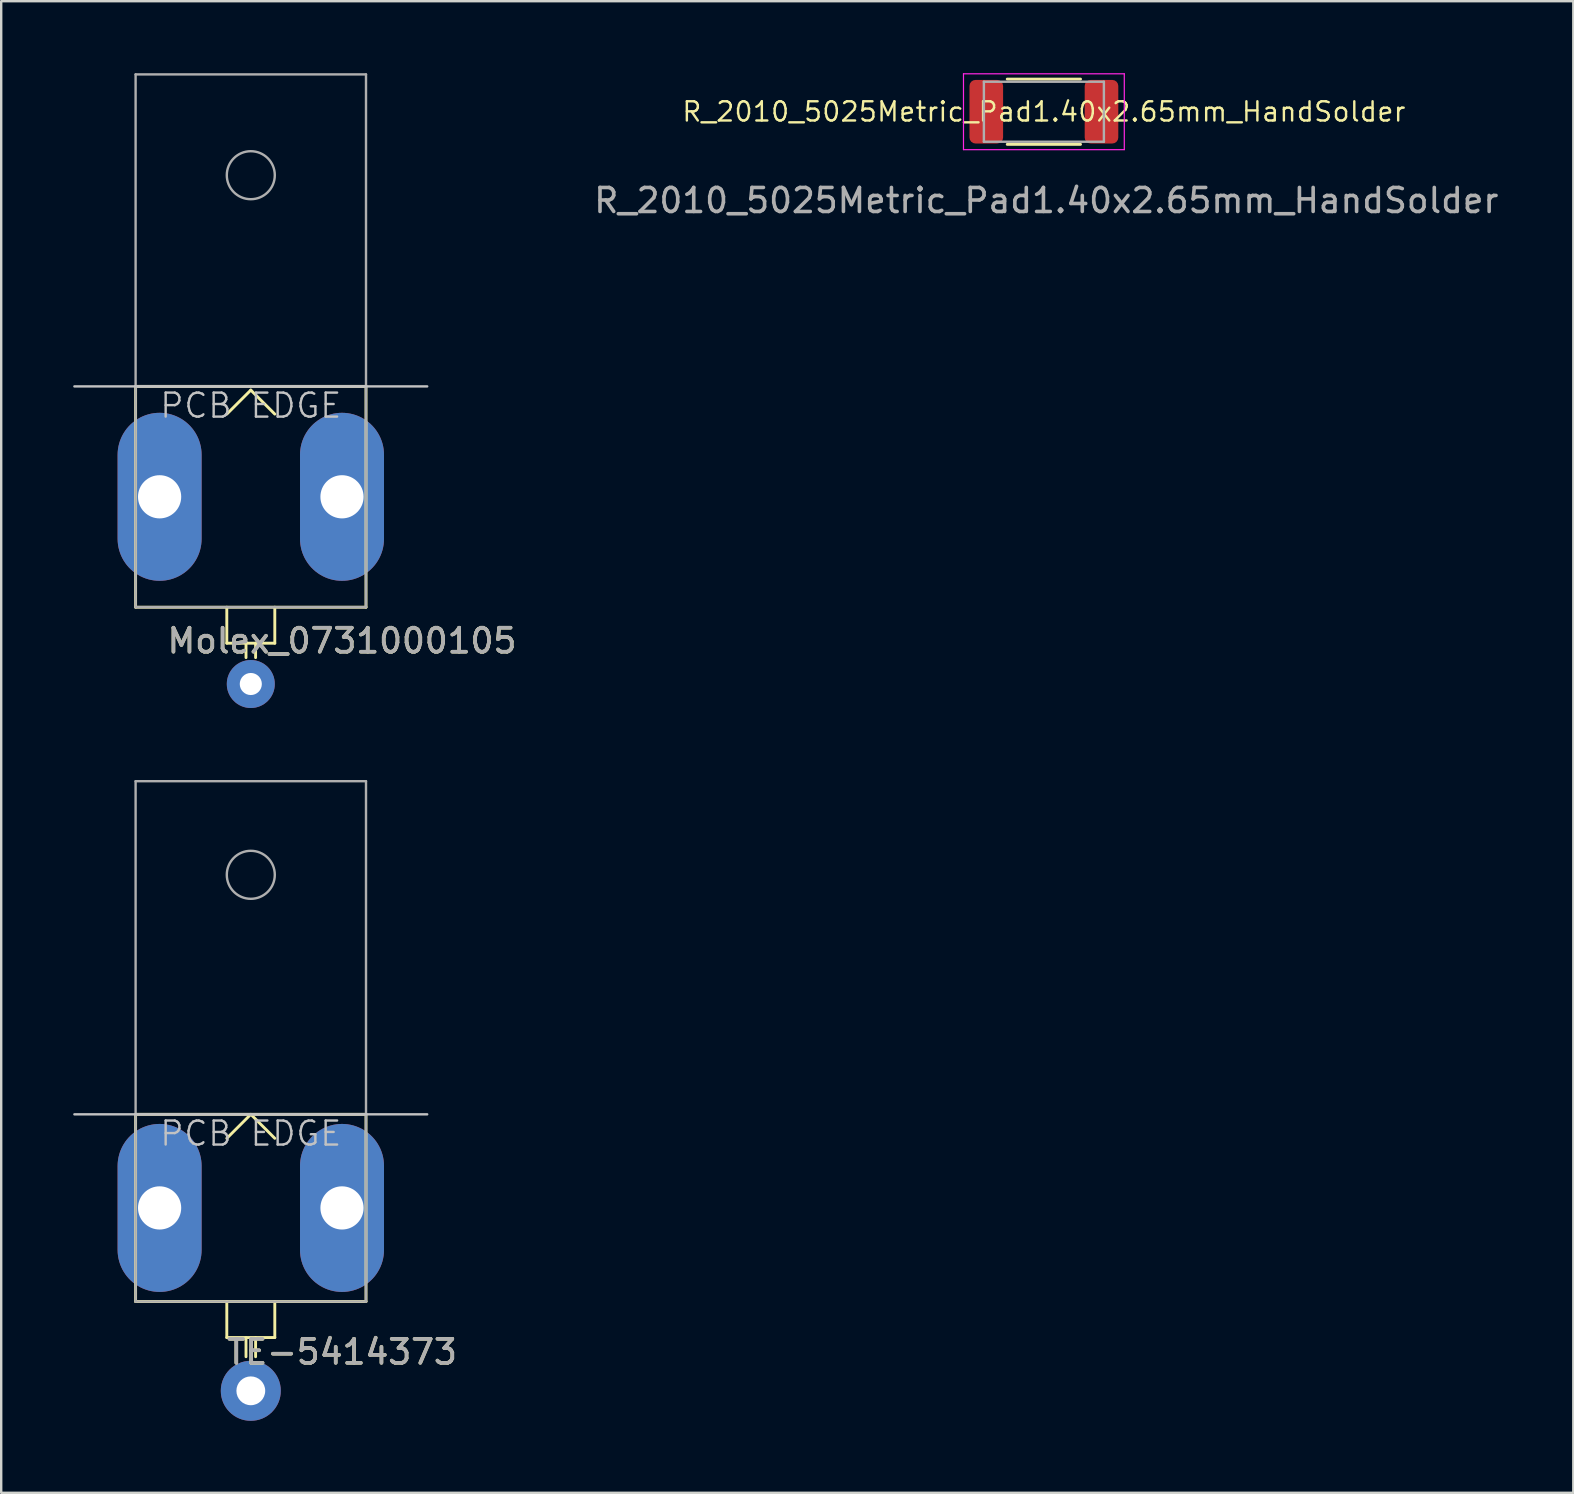
<source format=kicad_pcb>
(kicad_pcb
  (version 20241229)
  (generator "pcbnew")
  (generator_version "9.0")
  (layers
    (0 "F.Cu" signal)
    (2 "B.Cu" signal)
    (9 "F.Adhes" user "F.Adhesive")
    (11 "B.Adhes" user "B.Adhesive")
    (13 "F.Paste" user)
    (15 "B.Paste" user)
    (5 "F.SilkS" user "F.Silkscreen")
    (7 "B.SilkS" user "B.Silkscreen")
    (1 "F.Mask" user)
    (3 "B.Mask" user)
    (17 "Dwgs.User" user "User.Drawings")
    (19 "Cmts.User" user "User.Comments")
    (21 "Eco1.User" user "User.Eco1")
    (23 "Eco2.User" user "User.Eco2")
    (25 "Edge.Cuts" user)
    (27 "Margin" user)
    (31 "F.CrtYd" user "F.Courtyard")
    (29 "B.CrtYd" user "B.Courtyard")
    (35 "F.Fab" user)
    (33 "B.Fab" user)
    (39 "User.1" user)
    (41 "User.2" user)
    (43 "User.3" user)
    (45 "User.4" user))
  (footprint "TE-5414373"
    (layer "F.Cu")
    (at 7.4 54.9)
    (property "Reference" "TE-5414373" (at 3.8 -1.62 0) (layer "F.SilkS") (effects (font (size 1 1) (thickness 0.15))))
    (attr through_hole)
    (fp_line (start -4.8 -11.52) (end 4.8 -11.52) (stroke (width 0.12) (type solid)) (layer "F.SilkS"))
    (fp_line (start -4.8 -3.72) (end -4.8 -11.52) (stroke (width 0.12) (type solid)) (layer "F.SilkS"))
    (fp_line (start -1 -3.72) (end -1 -2.22) (stroke (width 0.12) (type solid)) (layer "F.SilkS"))
    (fp_line (start -1 -2.22) (end 1 -2.22) (stroke (width 0.12) (type solid)) (layer "F.SilkS"))
    (fp_line (start -0.2 -2.22) (end -0.2 -1.42) (stroke (width 0.12) (type solid)) (layer "F.SilkS"))
    (fp_line (start 0 -11.52) (end -1 -10.52) (stroke (width 0.12) (type solid)) (layer "F.SilkS"))
    (fp_line (start 0 -11.52) (end 1 -10.52) (stroke (width 0.12) (type solid)) (layer "F.SilkS"))
    (fp_line (start 0.2 -2.22) (end 0.2 -1.42) (stroke (width 0.12) (type solid)) (layer "F.SilkS"))
    (fp_line (start 1 -2.22) (end 1 -3.72) (stroke (width 0.12) (type solid)) (layer "F.SilkS"))
    (fp_line (start 4.8 -3.72) (end -4.8 -3.72) (stroke (width 0.12) (type solid)) (layer "F.SilkS"))
    (fp_line (start 4.8 -3.72) (end 4.8 -11.52) (stroke (width 0.12) (type solid)) (layer "F.SilkS"))
    (fp_line (start 7.35 -11.52) (end -7.35 -11.52) (stroke (width 0.1) (type solid)) (layer "Dwgs.User"))
    (fp_line (start -4.8 -25.4) (end -4.8 -3.72) (stroke (width 0.1) (type solid)) (layer "F.Fab"))
    (fp_line (start -4.8 -3.72) (end 4.8 -3.72) (stroke (width 0.1) (type solid)) (layer "F.Fab"))
    (fp_line (start 4.8 -25.4) (end -4.8 -25.4) (stroke (width 0.1) (type solid)) (layer "F.Fab"))
    (fp_line (start 4.8 -11.52) (end -4.8 -11.52) (stroke (width 0.1) (type solid)) (layer "F.Fab"))
    (fp_line (start 4.8 -3.72) (end 4.8 -25.4) (stroke (width 0.1) (type solid)) (layer "F.Fab"))
    (fp_circle (center 0 -21.5) (end 1 -21.5) (stroke (width 0.1) (type solid)) (fill no) (layer "F.Fab"))
    (fp_text user "PCB EDGE" (at 0 -10.72 0) (layer "Dwgs.User") (effects (font (size 1 1) (thickness 0.1))))
    (fp_text user "${REFERENCE}" (at 3.8 -1.62 0) (layer "F.Fab") (effects (font (size 1 1) (thickness 0.15))))
    (pad "1" thru_hole circle (at 0 0) (size 2.5 2.5) (drill 1.2) (layers "*.Cu" "*.Mask"))
    (pad "2" thru_hole oval (at -3.8 -7.62) (size 3.5 7) (drill 1.8) (layers "*.Cu" "*.Mask"))
    (pad "2" thru_hole oval (at 3.8 -7.62) (size 3.5 7) (drill 1.8) (layers "*.Cu" "*.Mask")))
  (footprint "R_2010_5025Metric_Pad1.40x2.65mm_HandSolder"
    (layer "F.Cu")
    (at 40.445 1.605)
    (property "Reference" "R_2010_5025Metric_Pad1.40x2.65mm_HandSolder" (at 0 0 0) (layer "F.SilkS") (effects (font (size 0.8 0.8) (thickness 0.1))))
    (attr smd)
    (fp_line (start -1.527 -1.36) (end 1.527 -1.36) (stroke (width 0.12) (type solid)) (layer "F.SilkS"))
    (fp_line (start -1.527 1.36) (end 1.527 1.36) (stroke (width 0.12) (type solid)) (layer "F.SilkS"))
    (fp_line (start -3.35 -1.58) (end 3.35 -1.58) (stroke (width 0.05) (type solid)) (layer "F.CrtYd"))
    (fp_line (start -3.35 1.58) (end -3.35 -1.58) (stroke (width 0.05) (type solid)) (layer "F.CrtYd"))
    (fp_line (start 3.35 -1.58) (end 3.35 1.58) (stroke (width 0.05) (type solid)) (layer "F.CrtYd"))
    (fp_line (start 3.35 1.58) (end -3.35 1.58) (stroke (width 0.05) (type solid)) (layer "F.CrtYd"))
    (fp_line (start -2.5 -1.25) (end 2.5 -1.25) (stroke (width 0.1) (type solid)) (layer "F.Fab"))
    (fp_line (start -2.5 1.25) (end -2.5 -1.25) (stroke (width 0.1) (type solid)) (layer "F.Fab"))
    (fp_line (start 2.5 -1.25) (end 2.5 1.25) (stroke (width 0.1) (type solid)) (layer "F.Fab"))
    (fp_line (start 2.5 1.25) (end -2.5 1.25) (stroke (width 0.1) (type solid)) (layer "F.Fab"))
    (fp_text user "${REFERENCE}" (at 0.1 3.7 0) (layer "F.Fab") (effects (font (size 1 1) (thickness 0.15))))
    (pad "1" smd roundrect (at -2.4 0) (size 1.4 2.65) (layers "F.Cu" "F.Mask" "F.Paste") (roundrect_rratio 0.179))
    (pad "2" smd roundrect (at 2.4 0) (size 1.4 2.65) (layers "F.Cu" "F.Mask" "F.Paste") (roundrect_rratio 0.179)))
  (footprint "Molex_0731000105"
    (layer "F.Cu")
    (at 7.4 25.45)
    (property "Reference" "Molex_0731000105" (at 3.8 -1.8 0) (layer "F.SilkS") (effects (font (size 1 1) (thickness 0.15))))
    (attr through_hole)
    (fp_line (start -4.8 -12.4) (end 4.8 -12.4) (stroke (width 0.12) (type solid)) (layer "F.SilkS"))
    (fp_line (start -4.8 -3.2) (end -4.8 -12.4) (stroke (width 0.12) (type solid)) (layer "F.SilkS"))
    (fp_line (start -1 -3.2) (end -1 -1.7) (stroke (width 0.12) (type solid)) (layer "F.SilkS"))
    (fp_line (start -1 -1.7) (end 1 -1.7) (stroke (width 0.12) (type solid)) (layer "F.SilkS"))
    (fp_line (start -0.2 -1.7) (end -0.2 -1.1) (stroke (width 0.12) (type solid)) (layer "F.SilkS"))
    (fp_line (start 0 -12.246) (end -1 -11.246) (stroke (width 0.12) (type solid)) (layer "F.SilkS"))
    (fp_line (start 0 -12.246) (end 1 -11.246) (stroke (width 0.12) (type solid)) (layer "F.SilkS"))
    (fp_line (start 0.2 -1.7) (end 0.2 -1.1) (stroke (width 0.12) (type solid)) (layer "F.SilkS"))
    (fp_line (start 1 -1.7) (end 1 -3.2) (stroke (width 0.12) (type solid)) (layer "F.SilkS"))
    (fp_line (start 4.8 -12.4) (end 4.8 -3.2) (stroke (width 0.12) (type solid)) (layer "F.SilkS"))
    (fp_line (start 4.8 -3.2) (end -4.8 -3.2) (stroke (width 0.12) (type solid)) (layer "F.SilkS"))
    (fp_line (start 7.35 -12.4) (end -7.35 -12.4) (stroke (width 0.1) (type solid)) (layer "Dwgs.User"))
    (fp_line (start -4.8 -25.4) (end -4.8 -3.2) (stroke (width 0.1) (type solid)) (layer "F.Fab"))
    (fp_line (start -4.8 -3.2) (end 4.8 -3.2) (stroke (width 0.1) (type solid)) (layer "F.Fab"))
    (fp_line (start 4.8 -25.4) (end -4.8 -25.4) (stroke (width 0.1) (type solid)) (layer "F.Fab"))
    (fp_line (start 4.8 -12.4) (end -4.8 -12.4) (stroke (width 0.1) (type solid)) (layer "F.Fab"))
    (fp_line (start 4.8 -3.2) (end 4.8 -25.4) (stroke (width 0.1) (type solid)) (layer "F.Fab"))
    (fp_circle (center 0 -21.2) (end 1 -21.2) (stroke (width 0.1) (type solid)) (fill no) (layer "F.Fab"))
    (fp_text user "PCB EDGE" (at 0 -11.6 0) (layer "Dwgs.User") (effects (font (size 1 1) (thickness 0.1))))
    (fp_text user "${REFERENCE}" (at 3.8 -1.8 0) (layer "F.Fab") (effects (font (size 1 1) (thickness 0.15))))
    (pad "1" thru_hole circle (at 0 0) (size 2 2) (drill 0.92) (layers "*.Cu" "*.Mask"))
    (pad "2" thru_hole oval (at -3.8 -7.8) (size 3.5 7) (drill 1.8) (layers "*.Cu" "*.Mask"))
    (pad "2" thru_hole oval (at 3.8 -7.8) (size 3.5 7) (drill 1.8) (layers "*.Cu" "*.Mask")))
  (gr_rect
    (start -3 -3)
    (end 62.504 59.15)
    (stroke (width 0.1) (type default))
    (fill no)
    (layer "Edge.Cuts")))
</source>
